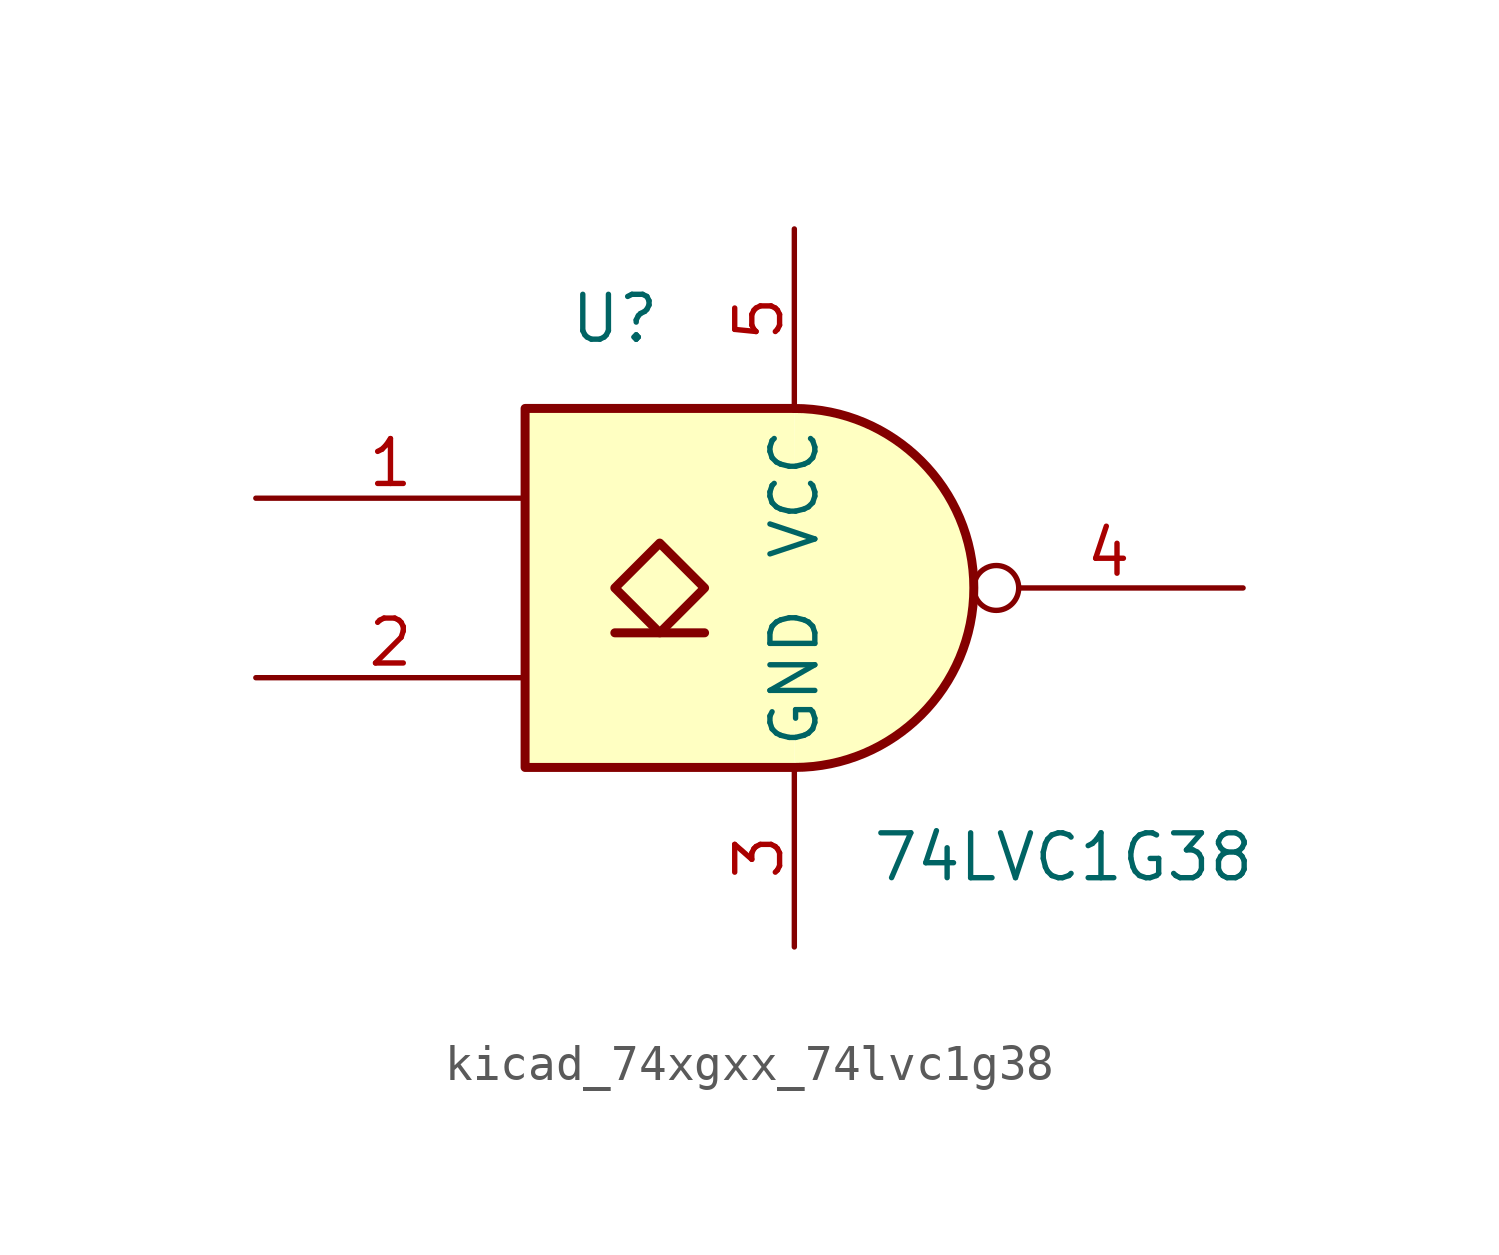
<source format=kicad_sym>
(kicad_symbol_lib
  (version 20220914)
  (generator kicad_symbol_editor)
  (symbol "kicad_74xgxx_74lvc1g38"
    (property "Reference" "U"
      (at -5.08 7.62 0)
      (effects (font (size 1.27 1.27))))
    (property "Value" "74LVC1G38"
      (at 7.62 -7.62 0)
      (effects (font (size 1.27 1.27))))
    (symbol "kicad_74xgxx_74lvc1g38_0_1"
      (arc (start 0 -5.08) (mid 5.0579 0) (end 0 5.08) (stroke (width 0.254) (type default)) (fill (type background)))
      (polyline (pts (xy -5.08 -1.27) (xy -2.54 -1.27)) (stroke (width 0.254) (type default)) (fill (type background)))
      (polyline (pts (xy 0 -5.08) (xy -7.62 -5.08) (xy -7.62 5.08) (xy 0 5.08)) (stroke (width 0.254) (type default)) (fill (type background)))
      (polyline (pts (xy -3.81 1.27) (xy -5.08 0) (xy -3.81 -1.27) (xy -2.54 0) (xy -3.81 1.27)) (stroke (width 0.254) (type default)) (fill (type background))))
    (symbol "kicad_74xgxx_74lvc1g38_1_1"
      (pin input line (at -15.24 2.54 0) (length 7.62) (name "~" (effects (font (size 1.27 1.27)))) (number "1" (effects (font (size 1.27 1.27)))))
      (pin input line (at -15.24 -2.54 0) (length 7.62) (name "~" (effects (font (size 1.27 1.27)))) (number "2" (effects (font (size 1.27 1.27)))))
      (pin power_in line (at 0 -10.16 90) (length 5.08) (name "GND" (effects (font (size 1.27 1.27)))) (number "3" (effects (font (size 1.27 1.27)))))
      (pin output inverted (at 12.7 0 180) (length 7.62) (name "~" (effects (font (size 1.27 1.27)))) (number "4" (effects (font (size 1.27 1.27)))))
      (pin power_in line (at 0 10.16 270) (length 5.08) (name "VCC" (effects (font (size 1.27 1.27)))) (number "5" (effects (font (size 1.27 1.27))))))))
</source>
